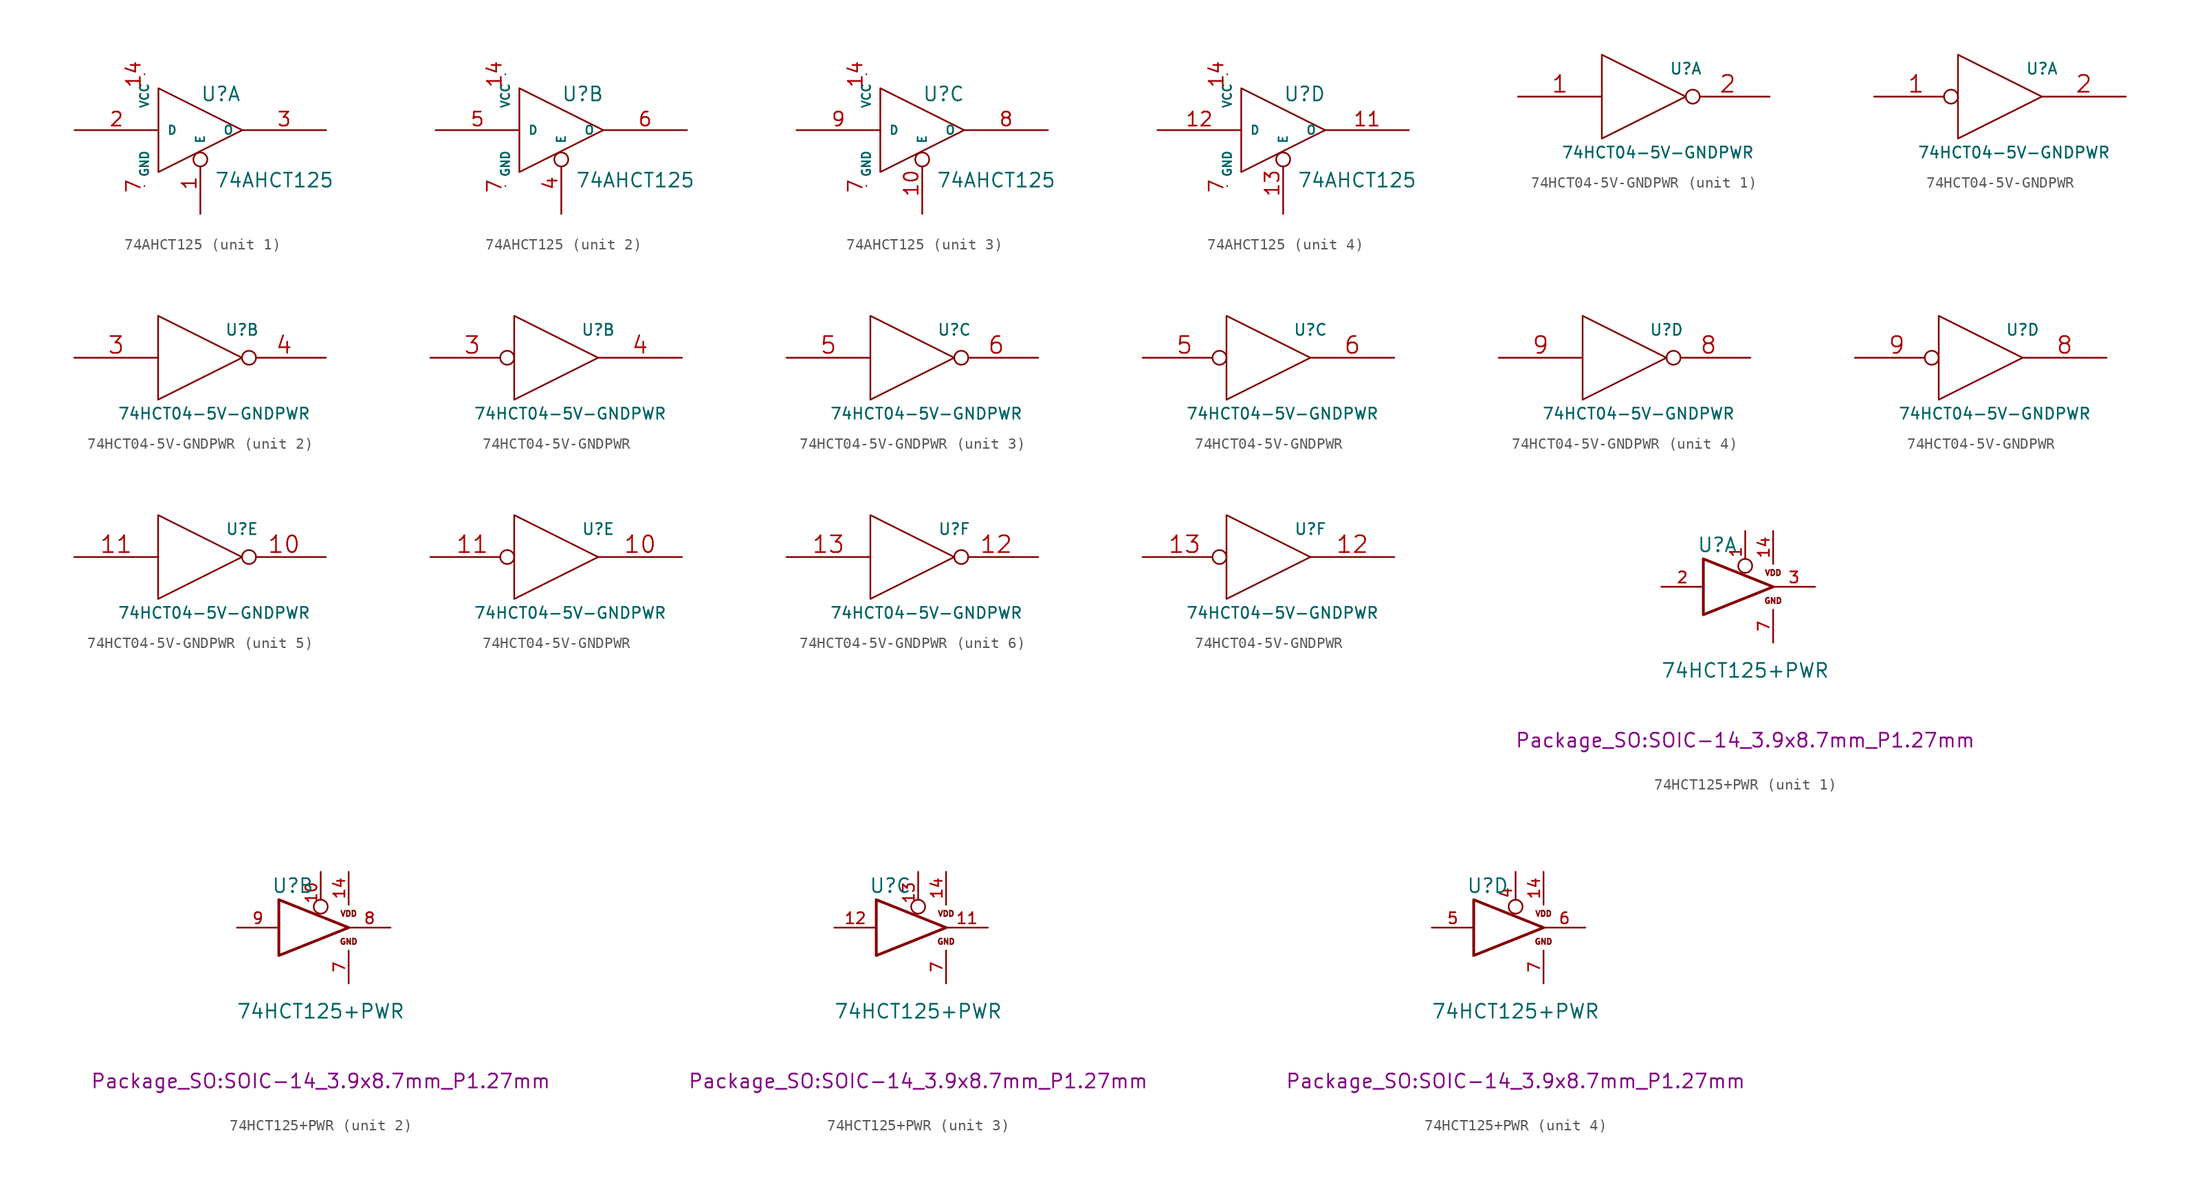
<source format=kicad_sym>
(kicad_symbol_lib
  (version 20220914)
  (generator kicad_symbol_editor)
  (symbol "74AHCT125"
    (pin_names
      (offset 0.762))
    (property "Reference" "U"
      (at 0 2.54 0)
      (effects (font (size 1.27 1.27)) (justify left bottom)))
    (property "Value" "74AHCT125"
      (at 1.27 -3.81 0)
      (effects (font (size 1.27 1.27)) (justify left top)))
    (symbol "74AHCT125_0_0"
      (pin power_in line (at -5.08 5.08 270) (length 0) (name "VCC" (effects (font (size 0.762 0.762)))) (number "14" (effects (font (size 1.27 1.27)))))
      (pin power_in line (at -5.08 -5.08 90) (length 0) (name "GND" (effects (font (size 0.762 0.762)))) (number "7" (effects (font (size 1.27 1.27))))))
    (symbol "74AHCT125_0_1"
      (polyline (pts (xy -3.81 3.81) (xy -3.81 -3.81) (xy 3.81 0) (xy -3.81 3.81)) (stroke (width 0) (type default)) (fill (type none))))
    (symbol "74AHCT125_1_0"
      (pin input inverted (at 0 -7.62 90) (length 5.588) (name "E" (effects (font (size 0.762 0.762)))) (number "1" (effects (font (size 1.27 1.27))))))
    (symbol "74AHCT125_1_1"
      (pin input line (at -11.43 0 0) (length 7.62) (name "D" (effects (font (size 0.762 0.762)))) (number "2" (effects (font (size 1.27 1.27)))))
      (pin tri_state line (at 11.43 0 180) (length 7.62) (name "O" (effects (font (size 0.762 0.762)))) (number "3" (effects (font (size 1.27 1.27))))))
    (symbol "74AHCT125_2_0"
      (pin input inverted (at 0 -7.62 90) (length 5.588) (name "E" (effects (font (size 0.762 0.762)))) (number "4" (effects (font (size 1.27 1.27))))))
    (symbol "74AHCT125_2_1"
      (pin input line (at -11.43 0 0) (length 7.62) (name "D" (effects (font (size 0.762 0.762)))) (number "5" (effects (font (size 1.27 1.27)))))
      (pin tri_state line (at 11.43 0 180) (length 7.62) (name "O" (effects (font (size 0.762 0.762)))) (number "6" (effects (font (size 1.27 1.27))))))
    (symbol "74AHCT125_3_0"
      (pin input inverted (at 0 -7.62 90) (length 5.588) (name "E" (effects (font (size 0.762 0.762)))) (number "10" (effects (font (size 1.27 1.27))))))
    (symbol "74AHCT125_3_1"
      (pin tri_state line (at 11.43 0 180) (length 7.62) (name "O" (effects (font (size 0.762 0.762)))) (number "8" (effects (font (size 1.27 1.27)))))
      (pin input line (at -11.43 0 0) (length 7.62) (name "D" (effects (font (size 0.762 0.762)))) (number "9" (effects (font (size 1.27 1.27))))))
    (symbol "74AHCT125_4_0"
      (pin input inverted (at 0 -7.62 90) (length 5.588) (name "E" (effects (font (size 0.762 0.762)))) (number "13" (effects (font (size 1.27 1.27))))))
    (symbol "74AHCT125_4_1"
      (pin tri_state line (at 11.43 0 180) (length 7.62) (name "O" (effects (font (size 0.762 0.762)))) (number "11" (effects (font (size 1.27 1.27)))))
      (pin input line (at -11.43 0 0) (length 7.62) (name "D" (effects (font (size 0.762 0.762)))) (number "12" (effects (font (size 1.27 1.27)))))))
  (symbol "74HCT04-5V-GNDPWR"
    (pin_names
      (offset 0.762))
    (property "Reference" "U"
      (at 3.81 2.54 0)
      (effects (font (size 1.016 1.016))))
    (property "Value" "74HCT04-5V-GNDPWR"
      (at 1.27 -5.08 0)
      (effects (font (size 1.016 1.016))))
    (symbol "74HCT04-5V-GNDPWR_0_0"
      (polyline (pts (xy -3.81 3.81) (xy -3.81 -3.81) (xy 3.81 0) (xy -3.81 3.81)) (stroke (width 0) (type default)) (fill (type none)))
      (pin power_in line (at -1.27 2.54 270) (length 0) hide (name "+5V" (effects (font (size 0.508 0.508)))) (number "14" (effects (font (size 0.762 0.762)))))
      (pin power_in line (at -1.27 -2.54 90) (length 0) hide (name "GNDPWR" (effects (font (size 0.508 0.508)))) (number "7" (effects (font (size 0.762 0.762))))))
    (symbol "74HCT04-5V-GNDPWR_1_1"
      (pin input line (at -11.43 0 0) (length 7.62) (name "~" (effects (font (size 1.524 1.524)))) (number "1" (effects (font (size 1.524 1.524)))))
      (pin output inverted (at 11.43 0 180) (length 7.62) (name "~" (effects (font (size 1.524 1.524)))) (number "2" (effects (font (size 1.524 1.524))))))
    (symbol "74HCT04-5V-GNDPWR_1_2"
      (pin input inverted (at -11.43 0 0) (length 7.62) (name "~" (effects (font (size 1.524 1.524)))) (number "1" (effects (font (size 1.524 1.524)))))
      (pin output line (at 11.43 0 180) (length 7.62) (name "~" (effects (font (size 1.524 1.524)))) (number "2" (effects (font (size 1.524 1.524))))))
    (symbol "74HCT04-5V-GNDPWR_2_1"
      (pin input line (at -11.43 0 0) (length 7.62) (name "~" (effects (font (size 1.524 1.524)))) (number "3" (effects (font (size 1.524 1.524)))))
      (pin output inverted (at 11.43 0 180) (length 7.62) (name "~" (effects (font (size 1.524 1.524)))) (number "4" (effects (font (size 1.524 1.524))))))
    (symbol "74HCT04-5V-GNDPWR_2_2"
      (pin input inverted (at -11.43 0 0) (length 7.62) (name "~" (effects (font (size 1.524 1.524)))) (number "3" (effects (font (size 1.524 1.524)))))
      (pin output line (at 11.43 0 180) (length 7.62) (name "~" (effects (font (size 1.524 1.524)))) (number "4" (effects (font (size 1.524 1.524))))))
    (symbol "74HCT04-5V-GNDPWR_3_1"
      (pin input line (at -11.43 0 0) (length 7.62) (name "~" (effects (font (size 1.524 1.524)))) (number "5" (effects (font (size 1.524 1.524)))))
      (pin output inverted (at 11.43 0 180) (length 7.62) (name "~" (effects (font (size 1.524 1.524)))) (number "6" (effects (font (size 1.524 1.524))))))
    (symbol "74HCT04-5V-GNDPWR_3_2"
      (pin input inverted (at -11.43 0 0) (length 7.62) (name "~" (effects (font (size 1.524 1.524)))) (number "5" (effects (font (size 1.524 1.524)))))
      (pin output line (at 11.43 0 180) (length 7.62) (name "~" (effects (font (size 1.524 1.524)))) (number "6" (effects (font (size 1.524 1.524))))))
    (symbol "74HCT04-5V-GNDPWR_4_1"
      (pin output inverted (at 11.43 0 180) (length 7.62) (name "~" (effects (font (size 1.524 1.524)))) (number "8" (effects (font (size 1.524 1.524)))))
      (pin input line (at -11.43 0 0) (length 7.62) (name "~" (effects (font (size 1.524 1.524)))) (number "9" (effects (font (size 1.524 1.524))))))
    (symbol "74HCT04-5V-GNDPWR_4_2"
      (pin output line (at 11.43 0 180) (length 7.62) (name "~" (effects (font (size 1.524 1.524)))) (number "8" (effects (font (size 1.524 1.524)))))
      (pin input inverted (at -11.43 0 0) (length 7.62) (name "~" (effects (font (size 1.524 1.524)))) (number "9" (effects (font (size 1.524 1.524))))))
    (symbol "74HCT04-5V-GNDPWR_5_1"
      (pin output inverted (at 11.43 0 180) (length 7.62) (name "~" (effects (font (size 1.524 1.524)))) (number "10" (effects (font (size 1.524 1.524)))))
      (pin input line (at -11.43 0 0) (length 7.62) (name "~" (effects (font (size 1.524 1.524)))) (number "11" (effects (font (size 1.524 1.524))))))
    (symbol "74HCT04-5V-GNDPWR_5_2"
      (pin output line (at 11.43 0 180) (length 7.62) (name "~" (effects (font (size 1.524 1.524)))) (number "10" (effects (font (size 1.524 1.524)))))
      (pin input inverted (at -11.43 0 0) (length 7.62) (name "~" (effects (font (size 1.524 1.524)))) (number "11" (effects (font (size 1.524 1.524))))))
    (symbol "74HCT04-5V-GNDPWR_6_1"
      (pin output inverted (at 11.43 0 180) (length 7.62) (name "~" (effects (font (size 1.524 1.524)))) (number "12" (effects (font (size 1.524 1.524)))))
      (pin input line (at -11.43 0 0) (length 7.62) (name "~" (effects (font (size 1.524 1.524)))) (number "13" (effects (font (size 1.524 1.524))))))
    (symbol "74HCT04-5V-GNDPWR_6_2"
      (pin output line (at 11.43 0 180) (length 7.62) (name "~" (effects (font (size 1.524 1.524)))) (number "12" (effects (font (size 1.524 1.524)))))
      (pin input inverted (at -11.43 0 0) (length 7.62) (name "~" (effects (font (size 1.524 1.524)))) (number "13" (effects (font (size 1.524 1.524)))))))
  (symbol "74HCT125+PWR"
    (pin_names
      (offset 1.016))
    (property "Reference" "U"
      (at -2.54 3.81 0)
      (effects (font (size 1.27 1.27))))
    (property "Value" "74HCT125+PWR"
      (at 0 -7.62 0)
      (effects (font (size 1.27 1.27))))
    (property "Footprint" "Package_SO:SOIC-14_3.9x8.7mm_P1.27mm"
      (at 0 -13.97 0)
      (effects (font (size 1.27 1.27))))
    (property "Datasheet" ""
      (at 0 0 0)
      (effects (font (size 1.27 1.27))))
    (symbol "74HCT125+PWR_0_0"
      (text "GND" (at 2.54 -1.27 0) (effects (font (size 0.508 0.508))))
      (text "VDD" (at 2.54 1.27 0) (effects (font (size 0.508 0.508)))))
    (symbol "74HCT125+PWR_0_1"
      (polyline (pts (xy -3.81 2.54) (xy -3.81 -2.54) (xy 2.54 0) (xy -3.81 2.54)) (stroke (width 0.254) (type default)) (fill (type none))))
    (symbol "74HCT125+PWR_1_1"
      (pin input inverted (at 0 5.08 270) (length 3.81) (name "~" (effects (font (size 1.016 1.016)))) (number "1" (effects (font (size 1.016 1.016)))))
      (pin power_in line (at 2.54 5.08 270) (length 2.997) (name "~" (effects (font (size 1.016 1.016)))) (number "14" (effects (font (size 1.016 1.016)))))
      (pin input line (at -7.62 0 0) (length 3.81) (name "~" (effects (font (size 1.016 1.016)))) (number "2" (effects (font (size 1.016 1.016)))))
      (pin tri_state line (at 6.35 0 180) (length 3.81) (name "~" (effects (font (size 1.016 1.016)))) (number "3" (effects (font (size 1.016 1.016)))))
      (pin power_in line (at 2.54 -5.08 90) (length 2.997) (name "~" (effects (font (size 1.016 1.016)))) (number "7" (effects (font (size 1.016 1.016))))))
    (symbol "74HCT125+PWR_2_1"
      (pin input inverted (at 0 5.08 270) (length 3.81) (name "~" (effects (font (size 1.016 1.016)))) (number "10" (effects (font (size 1.016 1.016)))))
      (pin power_in line (at 2.54 5.08 270) (length 2.997) (name "~" (effects (font (size 1.016 1.016)))) (number "14" (effects (font (size 1.016 1.016)))))
      (pin power_in line (at 2.54 -5.08 90) (length 2.997) (name "~" (effects (font (size 1.016 1.016)))) (number "7" (effects (font (size 1.016 1.016)))))
      (pin tri_state line (at 6.35 0 180) (length 3.81) (name "~" (effects (font (size 1.016 1.016)))) (number "8" (effects (font (size 1.016 1.016)))))
      (pin input line (at -7.62 0 0) (length 3.81) (name "~" (effects (font (size 1.016 1.016)))) (number "9" (effects (font (size 1.016 1.016))))))
    (symbol "74HCT125+PWR_3_1"
      (pin tri_state line (at 6.35 0 180) (length 3.81) (name "~" (effects (font (size 1.016 1.016)))) (number "11" (effects (font (size 1.016 1.016)))))
      (pin input line (at -7.62 0 0) (length 3.81) (name "~" (effects (font (size 1.016 1.016)))) (number "12" (effects (font (size 1.016 1.016)))))
      (pin input inverted (at 0 5.08 270) (length 3.81) (name "~" (effects (font (size 1.016 1.016)))) (number "13" (effects (font (size 1.016 1.016)))))
      (pin power_in line (at 2.54 5.08 270) (length 2.997) (name "~" (effects (font (size 1.016 1.016)))) (number "14" (effects (font (size 1.016 1.016)))))
      (pin power_in line (at 2.54 -5.08 90) (length 2.997) (name "~" (effects (font (size 1.016 1.016)))) (number "7" (effects (font (size 1.016 1.016))))))
    (symbol "74HCT125+PWR_4_1"
      (pin power_in line (at 2.54 5.08 270) (length 2.997) (name "~" (effects (font (size 1.016 1.016)))) (number "14" (effects (font (size 1.016 1.016)))))
      (pin input inverted (at 0 5.08 270) (length 3.81) (name "~" (effects (font (size 1.016 1.016)))) (number "4" (effects (font (size 1.016 1.016)))))
      (pin input line (at -7.62 0 0) (length 3.81) (name "~" (effects (font (size 1.016 1.016)))) (number "5" (effects (font (size 1.016 1.016)))))
      (pin tri_state line (at 6.35 0 180) (length 3.81) (name "~" (effects (font (size 1.016 1.016)))) (number "6" (effects (font (size 1.016 1.016)))))
      (pin power_in line (at 2.54 -5.08 90) (length 2.997) (name "~" (effects (font (size 1.016 1.016)))) (number "7" (effects (font (size 1.016 1.016))))))))
</source>
